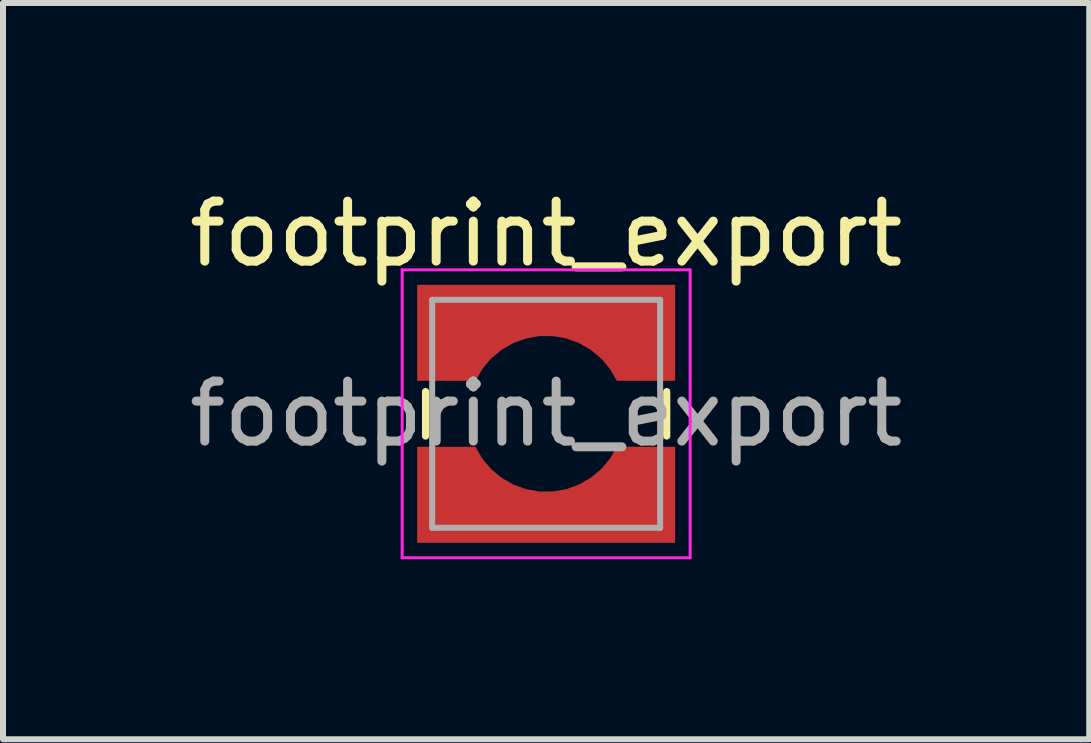
<source format=kicad_pcb>
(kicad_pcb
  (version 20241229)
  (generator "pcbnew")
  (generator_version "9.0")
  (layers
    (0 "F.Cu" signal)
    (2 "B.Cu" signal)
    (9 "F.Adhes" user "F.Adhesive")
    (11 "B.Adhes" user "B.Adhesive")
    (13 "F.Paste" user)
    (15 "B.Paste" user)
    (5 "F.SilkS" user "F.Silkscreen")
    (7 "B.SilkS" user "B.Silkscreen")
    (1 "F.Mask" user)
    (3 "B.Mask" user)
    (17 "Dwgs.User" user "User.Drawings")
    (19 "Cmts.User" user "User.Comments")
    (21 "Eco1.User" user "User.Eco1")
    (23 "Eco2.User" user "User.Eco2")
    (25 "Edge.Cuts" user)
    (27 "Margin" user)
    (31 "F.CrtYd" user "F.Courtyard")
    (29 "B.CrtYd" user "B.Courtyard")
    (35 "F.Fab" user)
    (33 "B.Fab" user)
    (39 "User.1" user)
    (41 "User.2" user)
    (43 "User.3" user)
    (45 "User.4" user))
  (footprint "footprint_export"
    (layer "F.Cu")
    (at 6.054 3.848)
    (property "Reference" "footprint_export" (at 0 -3 0) (layer "F.SilkS") (effects (font (size 1 1) (thickness 0.15))))
    (attr smd)
    (fp_line (start -2.01 0.37) (end -2.01 -0.37) (stroke (width 0.12) (type solid)) (layer "F.SilkS"))
    (fp_line (start 2.01 -0.37) (end 2.01 0.37) (stroke (width 0.12) (type solid)) (layer "F.SilkS"))
    (fp_line (start -2.4 -2.4) (end 2.4 -2.4) (stroke (width 0.05) (type solid)) (layer "F.CrtYd"))
    (fp_line (start -2.4 2.4) (end -2.4 -2.4) (stroke (width 0.05) (type solid)) (layer "F.CrtYd"))
    (fp_line (start 2.4 -2.4) (end 2.4 2.4) (stroke (width 0.05) (type solid)) (layer "F.CrtYd"))
    (fp_line (start 2.4 2.4) (end -2.4 2.4) (stroke (width 0.05) (type solid)) (layer "F.CrtYd"))
    (fp_line (start -1.9 -1.9) (end 1.9 -1.9) (stroke (width 0.1) (type solid)) (layer "F.Fab"))
    (fp_line (start -1.9 1.9) (end -1.9 -1.9) (stroke (width 0.1) (type solid)) (layer "F.Fab"))
    (fp_line (start 1.9 -1.9) (end 1.9 1.9) (stroke (width 0.1) (type solid)) (layer "F.Fab"))
    (fp_line (start 1.9 1.9) (end -1.9 1.9) (stroke (width 0.1) (type solid)) (layer "F.Fab"))
    (fp_text user "${REFERENCE}" (at 0 0 0) (layer "F.Fab") (effects (font (size 1 1) (thickness 0.15))))
    (pad "1" smd custom (at 0 -1.75) (size 0.7 0.7) (layers "F.Cu" "F.Mask" "F.Paste") (options (anchor circle)) (primitives (gr_poly (pts (xy 2.15 1.2) (xy 1.178 1.2) (xy 1.065 1.004) (xy 0.919 0.83) (xy 0.745 0.685) (xy 0.549 0.572) (xy 0.336 0.494) (xy 0.113 0.455) (xy -0.113 0.455) (xy -0.336 0.494) (xy -0.549 0.572) (xy -0.745 0.685) (xy -0.919 0.83) (xy -1.065 1.004) (xy -1.178 1.2) (xy -2.15 1.2) (xy -2.15 -0.4) (xy 2.15 -0.4)) (width 0) (fill yes))))
    (pad "2" smd custom (at 0 1.75) (size 0.7 0.7) (layers "F.Cu" "F.Mask" "F.Paste") (options (anchor circle)) (primitives (gr_poly (pts (xy -1.065 -1.004) (xy -0.919 -0.83) (xy -0.745 -0.685) (xy -0.549 -0.572) (xy -0.336 -0.494) (xy -0.113 -0.455) (xy 0.113 -0.455) (xy 0.336 -0.494) (xy 0.549 -0.572) (xy 0.745 -0.685) (xy 0.919 -0.83) (xy 1.065 -1.004) (xy 1.178 -1.2) (xy 2.15 -1.2) (xy 2.15 0.4) (xy -2.15 0.4) (xy -2.15 -1.2) (xy -1.178 -1.2)) (width 0) (fill yes)))))
  (gr_rect
    (start -3 -3)
    (end 15.107 9.273)
    (stroke (width 0.1) (type default))
    (fill no)
    (layer "Edge.Cuts")))
</source>
